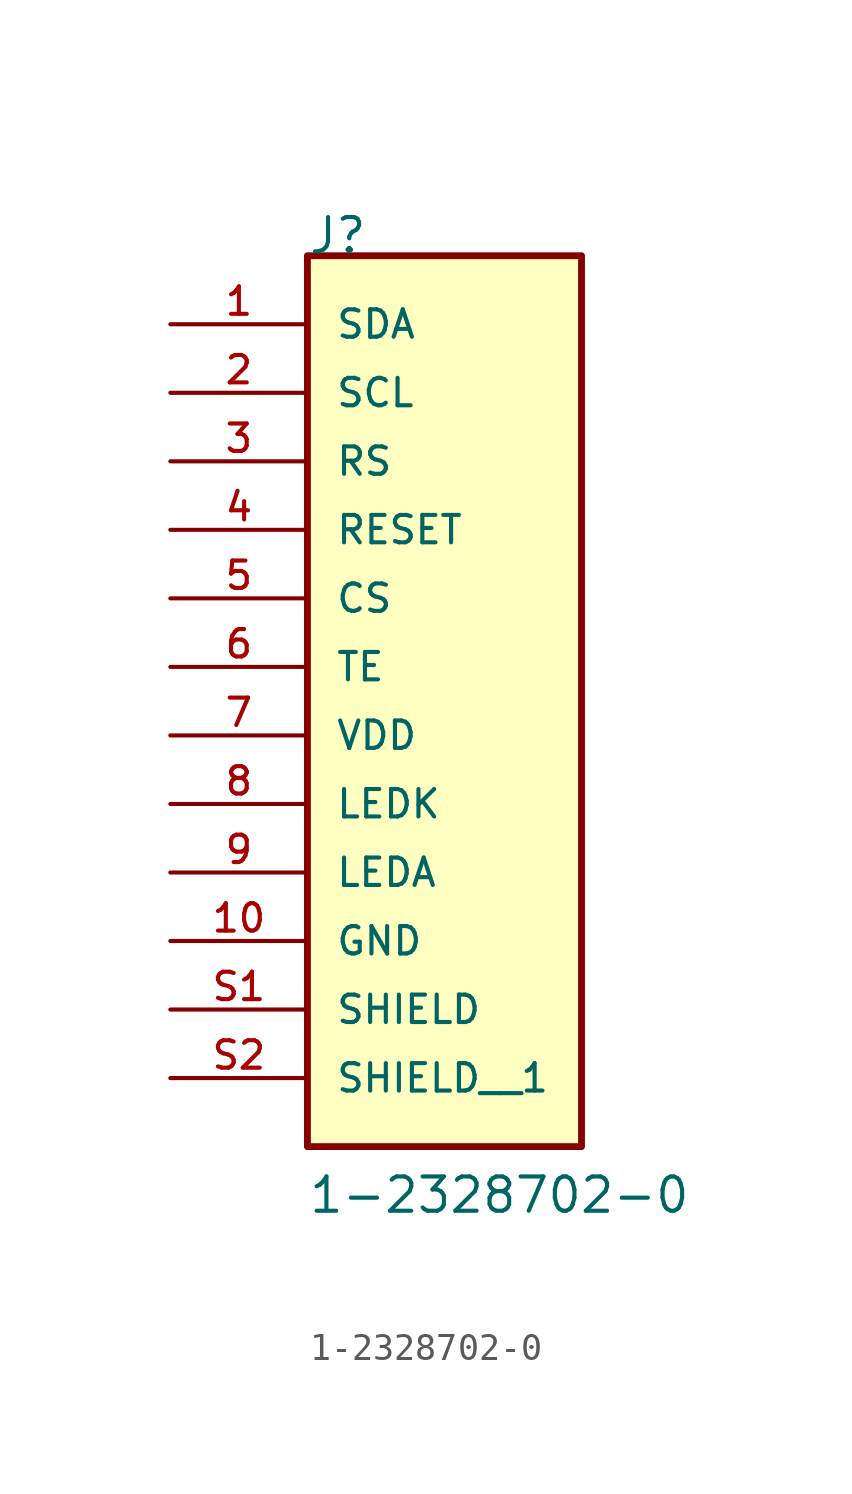
<source format=kicad_sym>
(kicad_symbol_lib
  (version 20241209)
  (generator "kicad_symbol_editor")
  (generator_version "9.0")
  (symbol "1-2328702-0"
    (pin_names
      (offset 1.016))
    (property "Reference" "J"
      (at -5.08 15.24 0)
      (effects (font (size 1.27 1.27)) (justify left bottom)))
    (property "Value" "1-2328702-0"
      (at -5.08 -20.32 0)
      (effects (font (size 1.27 1.27)) (justify left bottom)))
    (symbol "1-2328702-0_0_0"
      (rectangle (start -5.08 15.24) (end 5.08 -17.78) (stroke (width 0.254) (type default)) (fill (type background)))
      (pin passive line (at -10.16 -12.7 0) (length 5.08) (name "SHIELD" (effects (font (size 1.016 1.016)))) (number "S1" (effects (font (size 1.016 1.016)))))
      (pin passive line (at -10.16 -15.24 0) (length 5.08) (name "SHIELD__1" (effects (font (size 1.016 1.016)))) (number "S2" (effects (font (size 1.016 1.016))))))
    (symbol "1-2328702-0_1_0"
      (pin passive line (at -10.16 12.7 0) (length 5.08) (name "SDA" (effects (font (size 1.016 1.016)))) (number "1" (effects (font (size 1.016 1.016)))))
      (pin passive line (at -10.16 10.16 0) (length 5.08) (name "SCL" (effects (font (size 1.016 1.016)))) (number "2" (effects (font (size 1.016 1.016)))))
      (pin passive line (at -10.16 7.62 0) (length 5.08) (name "RS" (effects (font (size 1.016 1.016)))) (number "3" (effects (font (size 1.016 1.016)))))
      (pin passive line (at -10.16 5.08 0) (length 5.08) (name "RESET" (effects (font (size 1.016 1.016)))) (number "4" (effects (font (size 1.016 1.016)))))
      (pin passive line (at -10.16 2.54 0) (length 5.08) (name "CS" (effects (font (size 1.016 1.016)))) (number "5" (effects (font (size 1.016 1.016)))))
      (pin passive line (at -10.16 0 0) (length 5.08) (name "TE" (effects (font (size 1.016 1.016)))) (number "6" (effects (font (size 1.016 1.016)))))
      (pin passive line (at -10.16 -2.54 0) (length 5.08) (name "VDD" (effects (font (size 1.016 1.016)))) (number "7" (effects (font (size 1.016 1.016)))))
      (pin passive line (at -10.16 -5.08 0) (length 5.08) (name "LEDK" (effects (font (size 1.016 1.016)))) (number "8" (effects (font (size 1.016 1.016)))))
      (pin passive line (at -10.16 -7.62 0) (length 5.08) (name "LEDA" (effects (font (size 1.016 1.016)))) (number "9" (effects (font (size 1.016 1.016)))))
      (pin passive line (at -10.16 -10.16 0) (length 5.08) (name "GND" (effects (font (size 1.016 1.016)))) (number "10" (effects (font (size 1.016 1.016))))))))
</source>
